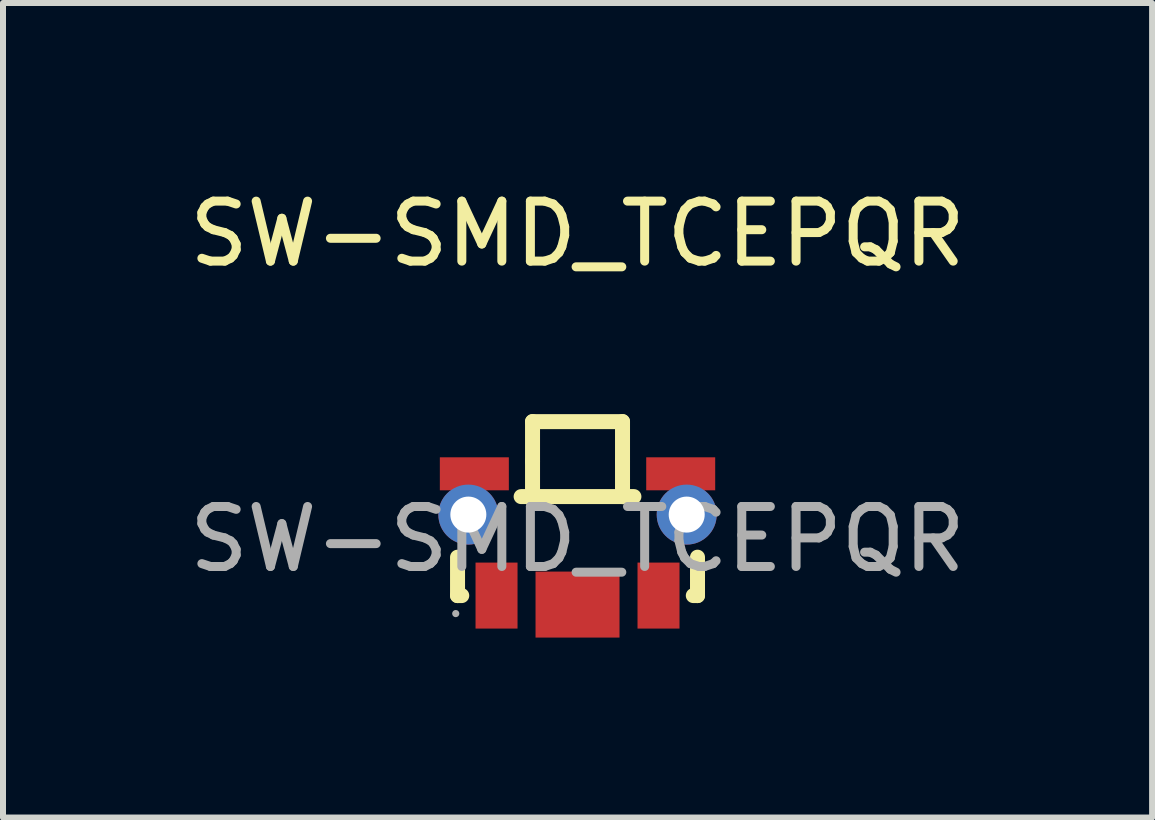
<source format=kicad_pcb>
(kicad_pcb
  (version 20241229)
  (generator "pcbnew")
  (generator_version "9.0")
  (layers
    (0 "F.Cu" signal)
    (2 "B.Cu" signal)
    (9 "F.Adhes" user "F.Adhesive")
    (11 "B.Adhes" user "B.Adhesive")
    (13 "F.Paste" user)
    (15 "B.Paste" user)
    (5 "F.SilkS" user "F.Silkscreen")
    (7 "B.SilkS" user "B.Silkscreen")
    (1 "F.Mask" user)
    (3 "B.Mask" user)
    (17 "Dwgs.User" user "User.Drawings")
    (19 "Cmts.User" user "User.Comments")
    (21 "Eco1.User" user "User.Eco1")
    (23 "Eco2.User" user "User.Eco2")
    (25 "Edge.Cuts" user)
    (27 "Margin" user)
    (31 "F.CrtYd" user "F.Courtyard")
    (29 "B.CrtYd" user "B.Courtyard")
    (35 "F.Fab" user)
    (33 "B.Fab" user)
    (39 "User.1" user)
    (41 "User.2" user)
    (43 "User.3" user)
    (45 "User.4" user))
  (footprint "SW-SMD_TCEPQR"
    (layer "F.Cu")
    (at 6.577 5.938)
    (property "Reference" "SW-SMD_TCEPQR" (at 0 -5.09 0) (layer "F.SilkS") (effects (font (size 1 1) (thickness 0.15))))
    (attr smd)
    (fp_line (start -2 0.3) (end -2 0.94) (stroke (width 0.25) (type solid)) (layer "F.SilkS"))
    (fp_line (start -2 0.94) (end -1.93 0.94) (stroke (width 0.25) (type solid)) (layer "F.SilkS"))
    (fp_line (start -0.75 -1.96) (end -0.75 -1.3) (stroke (width 0.25) (type solid)) (layer "F.SilkS"))
    (fp_line (start -0.75 -1.96) (end 0.75 -1.96) (stroke (width 0.25) (type solid)) (layer "F.SilkS"))
    (fp_line (start -0.75 -1.3) (end -0.75 -0.71) (stroke (width 0.25) (type solid)) (layer "F.SilkS"))
    (fp_line (start -0.75 -0.71) (end -0.94 -0.71) (stroke (width 0.25) (type solid)) (layer "F.SilkS"))
    (fp_line (start -0.75 -0.71) (end 0.75 -0.71) (stroke (width 0.25) (type solid)) (layer "F.SilkS"))
    (fp_line (start 0.75 -1.96) (end 0.75 -1.3) (stroke (width 0.25) (type solid)) (layer "F.SilkS"))
    (fp_line (start 0.75 -1.3) (end 0.75 -0.71) (stroke (width 0.25) (type solid)) (layer "F.SilkS"))
    (fp_line (start 0.75 -0.71) (end 0.94 -0.71) (stroke (width 0.25) (type solid)) (layer "F.SilkS"))
    (fp_line (start 1.93 0.94) (end 2 0.94) (stroke (width 0.25) (type solid)) (layer "F.SilkS"))
    (fp_line (start 2 0.94) (end 2 0.3) (stroke (width 0.25) (type solid)) (layer "F.SilkS"))
    (fp_circle (center -2.03 1.24) (end -2 1.24) (stroke (width 0.06) (type solid)) (fill no) (layer "F.Fab"))
    (fp_text user "${REFERENCE}" (at 0 0 0) (layer "F.Fab") (effects (font (size 1 1) (thickness 0.15))))
    (pad "1" smd rect (at -1.35 0.94 90) (size 1.1 0.7) (layers "F.Cu" "F.Mask" "F.Paste"))
    (pad "2" smd rect (at 1.35 0.94 90) (size 1.1 0.7) (layers "F.Cu" "F.Mask" "F.Paste"))
    (pad "3" smd rect (at 1.72 -1.09 180) (size 1.15 0.55) (layers "F.Cu" "F.Mask" "F.Paste"))
    (pad "3" thru_hole circle (at 1.82 -0.41 90) (size 1 1) (drill 0.6) (layers "*.Cu" "*.Mask"))
    (pad "4" thru_hole circle (at -1.82 -0.41 90) (size 1 1) (drill 0.6) (layers "*.Cu" "*.Mask"))
    (pad "4" smd rect (at -1.72 -1.09 180) (size 1.15 0.55) (layers "F.Cu" "F.Mask" "F.Paste"))
    (pad "5" smd rect (at 0 1.09 270) (size 1.1 1.4) (layers "F.Cu" "F.Mask" "F.Paste")))
  (gr_rect
    (start -3 -3)
    (end 16.155 10.578)
    (stroke (width 0.1) (type default))
    (fill no)
    (layer "Edge.Cuts")))
</source>
